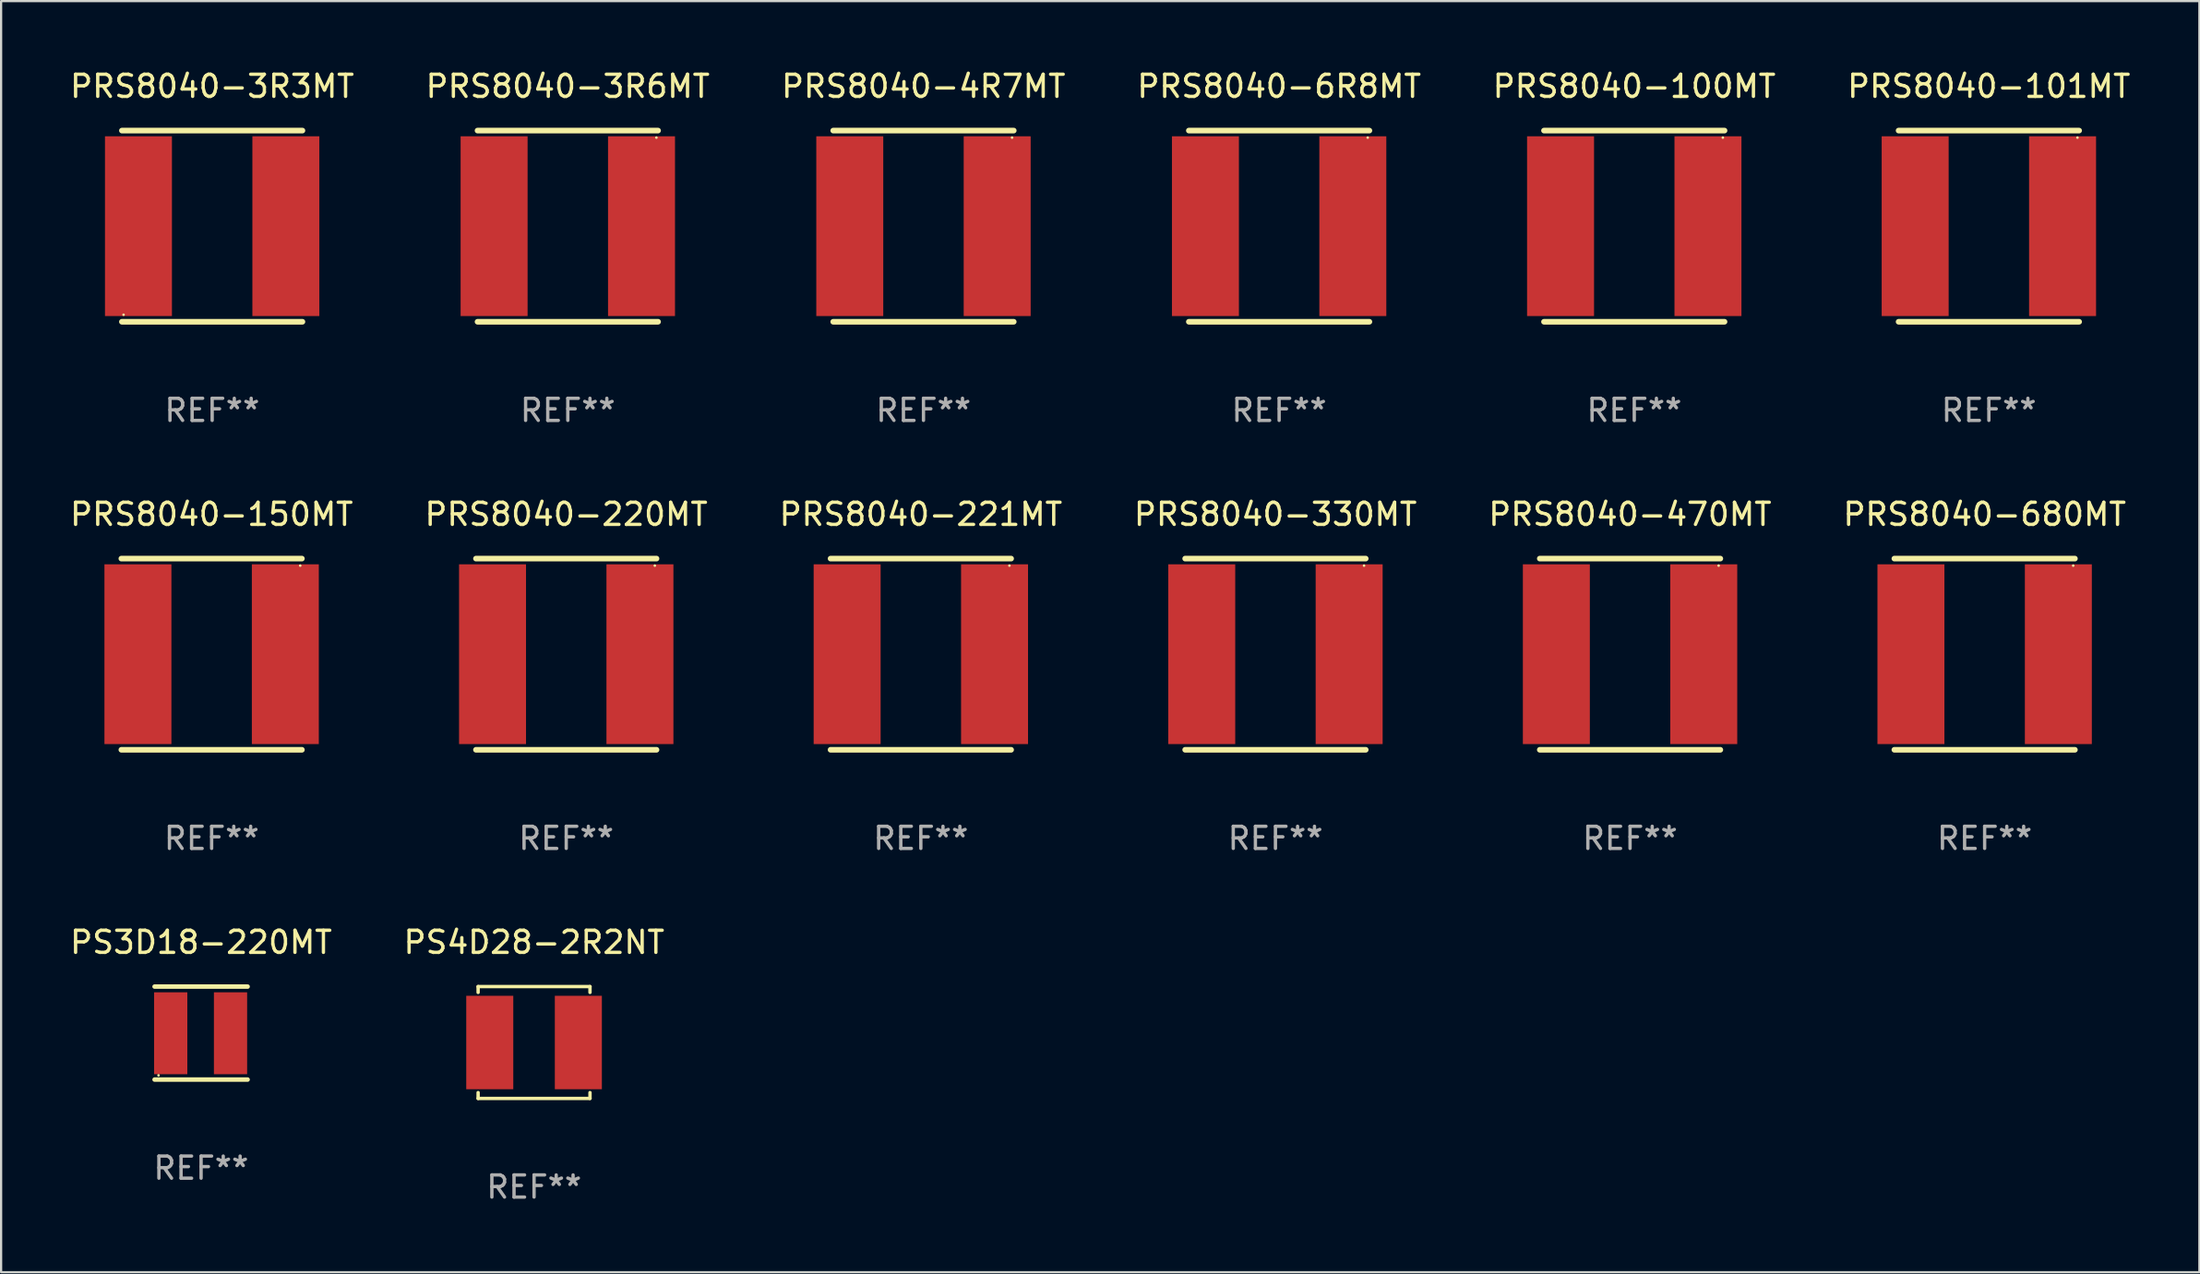
<source format=kicad_pcb>
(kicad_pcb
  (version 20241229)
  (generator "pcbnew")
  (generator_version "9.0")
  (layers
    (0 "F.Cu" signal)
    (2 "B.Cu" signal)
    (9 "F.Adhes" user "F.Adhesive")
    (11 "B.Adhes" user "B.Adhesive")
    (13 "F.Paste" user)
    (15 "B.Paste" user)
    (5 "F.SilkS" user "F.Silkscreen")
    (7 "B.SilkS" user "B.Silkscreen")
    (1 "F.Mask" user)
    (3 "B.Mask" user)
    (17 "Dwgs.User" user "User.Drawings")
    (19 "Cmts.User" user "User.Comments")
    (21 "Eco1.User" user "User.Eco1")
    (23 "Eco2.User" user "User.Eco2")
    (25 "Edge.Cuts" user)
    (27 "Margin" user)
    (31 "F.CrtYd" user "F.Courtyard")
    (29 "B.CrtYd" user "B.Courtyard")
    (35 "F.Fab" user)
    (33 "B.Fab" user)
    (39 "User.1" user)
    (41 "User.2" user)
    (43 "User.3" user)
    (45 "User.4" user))
  (footprint "PS4D28-2R2NT"
    (layer "F.Cu")
    (at 21.065 44.039)
    (property "Reference" "PS4D28-2R2NT" (at 0 -4.526 0) (layer "F.SilkS") (effects (font (size 1 1) (thickness 0.15))))
    (attr through_hole)
    (fp_line (start -2.526 -2.526) (end 2.526 -2.526) (stroke (width 0.152) (type solid)) (layer "F.SilkS"))
    (fp_line (start -2.526 -2.262) (end -2.526 -2.526) (stroke (width 0.152) (type solid)) (layer "F.SilkS"))
    (fp_line (start -2.526 2.262) (end -2.526 2.526) (stroke (width 0.152) (type solid)) (layer "F.SilkS"))
    (fp_line (start -2.526 2.526) (end 2.526 2.526) (stroke (width 0.152) (type solid)) (layer "F.SilkS"))
    (fp_line (start 2.526 -2.526) (end 2.526 -2.262) (stroke (width 0.152) (type solid)) (layer "F.SilkS"))
    (fp_line (start 2.526 2.526) (end 2.526 2.262) (stroke (width 0.152) (type solid)) (layer "F.SilkS"))
    (fp_circle (center 2.5 -2.5) (end 2.53 -2.5) (stroke (width 0.06) (type solid)) (fill no) (layer "F.SilkS"))
    (fp_text user "REF**" (at 0 6.526 0) (layer "F.Fab") (effects (font (size 1 1) (thickness 0.15))))
    (pad "1" smd rect (at 2 0) (size 2.124 4.22) (layers "F.Cu" "F.Mask" "F.Paste"))
    (pad "2" smd rect (at -2 0) (size 2.124 4.22) (layers "F.Cu" "F.Mask" "F.Paste")))
  (footprint "PRS8040-6R8MT"
    (layer "F.Cu")
    (at 54.708 7.166)
    (property "Reference" "PRS8040-6R8MT" (at 0 -6.318 0) (layer "F.SilkS") (effects (font (size 1 1) (thickness 0.15))))
    (attr through_hole)
    (fp_line (start -4.076 -4.318) (end 4.076 -4.318) (stroke (width 0.254) (type solid)) (layer "F.SilkS"))
    (fp_line (start -4.076 4.318) (end 4.076 4.318) (stroke (width 0.254) (type solid)) (layer "F.SilkS"))
    (fp_circle (center 4 -4) (end 4.03 -4) (stroke (width 0.06) (type solid)) (fill no) (layer "F.SilkS"))
    (fp_text user "REF**" (at 0 8.318 0) (layer "F.Fab") (effects (font (size 1 1) (thickness 0.15))))
    (pad "1" smd rect (at 3.328 0) (size 3.024 8.12) (layers "F.Cu" "F.Mask" "F.Paste"))
    (pad "2" smd rect (at -3.328 0) (size 3.024 8.12) (layers "F.Cu" "F.Mask" "F.Paste")))
  (footprint "PRS8040-100MT"
    (layer "F.Cu")
    (at 70.744 7.166)
    (property "Reference" "PRS8040-100MT" (at 0 -6.318 0) (layer "F.SilkS") (effects (font (size 1 1) (thickness 0.15))))
    (attr through_hole)
    (fp_line (start -4.076 -4.318) (end 4.076 -4.318) (stroke (width 0.254) (type solid)) (layer "F.SilkS"))
    (fp_line (start -4.076 4.318) (end 4.076 4.318) (stroke (width 0.254) (type solid)) (layer "F.SilkS"))
    (fp_circle (center 4 -4) (end 4.03 -4) (stroke (width 0.06) (type solid)) (fill no) (layer "F.SilkS"))
    (fp_text user "REF**" (at 0 8.318 0) (layer "F.Fab") (effects (font (size 1 1) (thickness 0.15))))
    (pad "1" smd rect (at 3.328 0) (size 3.024 8.12) (layers "F.Cu" "F.Mask" "F.Paste"))
    (pad "2" smd rect (at -3.328 0) (size 3.024 8.12) (layers "F.Cu" "F.Mask" "F.Paste")))
  (footprint "PRS8040-3R6MT"
    (layer "F.Cu")
    (at 22.589 7.166)
    (property "Reference" "PRS8040-3R6MT" (at 0 -6.318 0) (layer "F.SilkS") (effects (font (size 1 1) (thickness 0.15))))
    (attr through_hole)
    (fp_line (start -4.076 -4.318) (end 4.076 -4.318) (stroke (width 0.254) (type solid)) (layer "F.SilkS"))
    (fp_line (start -4.076 4.318) (end 4.076 4.318) (stroke (width 0.254) (type solid)) (layer "F.SilkS"))
    (fp_circle (center 4 -4) (end 4.03 -4) (stroke (width 0.06) (type solid)) (fill no) (layer "F.SilkS"))
    (fp_text user "REF**" (at 0 8.318 0) (layer "F.Fab") (effects (font (size 1 1) (thickness 0.15))))
    (pad "1" smd rect (at 3.328 0) (size 3.024 8.12) (layers "F.Cu" "F.Mask" "F.Paste"))
    (pad "2" smd rect (at -3.328 0) (size 3.024 8.12) (layers "F.Cu" "F.Mask" "F.Paste")))
  (footprint "PRS8040-680MT"
    (layer "F.Cu")
    (at 86.565 26.499)
    (property "Reference" "PRS8040-680MT" (at 0 -6.318 0) (layer "F.SilkS") (effects (font (size 1 1) (thickness 0.15))))
    (attr through_hole)
    (fp_line (start -4.076 -4.318) (end 4.076 -4.318) (stroke (width 0.254) (type solid)) (layer "F.SilkS"))
    (fp_line (start -4.076 4.318) (end 4.076 4.318) (stroke (width 0.254) (type solid)) (layer "F.SilkS"))
    (fp_circle (center 4 -4) (end 4.03 -4) (stroke (width 0.06) (type solid)) (fill no) (layer "F.SilkS"))
    (fp_text user "REF**" (at 0 8.318 0) (layer "F.Fab") (effects (font (size 1 1) (thickness 0.15))))
    (pad "1" smd rect (at 3.328 0) (size 3.024 8.12) (layers "F.Cu" "F.Mask" "F.Paste"))
    (pad "2" smd rect (at -3.328 0) (size 3.024 8.12) (layers "F.Cu" "F.Mask" "F.Paste")))
  (footprint "PRS8040-150MT"
    (layer "F.Cu")
    (at 6.506 26.499)
    (property "Reference" "PRS8040-150MT" (at 0 -6.318 0) (layer "F.SilkS") (effects (font (size 1 1) (thickness 0.15))))
    (attr through_hole)
    (fp_line (start -4.076 -4.318) (end 4.076 -4.318) (stroke (width 0.254) (type solid)) (layer "F.SilkS"))
    (fp_line (start -4.076 4.318) (end 4.076 4.318) (stroke (width 0.254) (type solid)) (layer "F.SilkS"))
    (fp_circle (center 4 -4) (end 4.03 -4) (stroke (width 0.06) (type solid)) (fill no) (layer "F.SilkS"))
    (fp_text user "REF**" (at 0 8.318 0) (layer "F.Fab") (effects (font (size 1 1) (thickness 0.15))))
    (pad "1" smd rect (at 3.328 0) (size 3.024 8.12) (layers "F.Cu" "F.Mask" "F.Paste"))
    (pad "2" smd rect (at -3.328 0) (size 3.024 8.12) (layers "F.Cu" "F.Mask" "F.Paste")))
  (footprint "PRS8040-101MT"
    (layer "F.Cu")
    (at 86.756 7.166)
    (property "Reference" "PRS8040-101MT" (at 0 -6.318 0) (layer "F.SilkS") (effects (font (size 1 1) (thickness 0.15))))
    (attr through_hole)
    (fp_line (start -4.076 -4.318) (end 4.076 -4.318) (stroke (width 0.254) (type solid)) (layer "F.SilkS"))
    (fp_line (start -4.076 4.318) (end 4.076 4.318) (stroke (width 0.254) (type solid)) (layer "F.SilkS"))
    (fp_circle (center 4 -4) (end 4.03 -4) (stroke (width 0.06) (type solid)) (fill no) (layer "F.SilkS"))
    (fp_text user "REF**" (at 0 8.318 0) (layer "F.Fab") (effects (font (size 1 1) (thickness 0.15))))
    (pad "1" smd rect (at 3.328 0) (size 3.024 8.12) (layers "F.Cu" "F.Mask" "F.Paste"))
    (pad "2" smd rect (at -3.328 0) (size 3.024 8.12) (layers "F.Cu" "F.Mask" "F.Paste")))
  (footprint "PRS8040-3R3MT"
    (layer "F.Cu")
    (at 6.53 7.166)
    (property "Reference" "PRS8040-3R3MT" (at 0 -6.318 0) (layer "F.SilkS") (effects (font (size 1 1) (thickness 0.15))))
    (attr through_hole)
    (fp_line (start -4.076 -4.318) (end 4.076 -4.318) (stroke (width 0.254) (type solid)) (layer "F.SilkS"))
    (fp_line (start -4.076 4.318) (end 4.076 4.318) (stroke (width 0.254) (type solid)) (layer "F.SilkS"))
    (fp_circle (center -4 4) (end -3.97 4) (stroke (width 0.06) (type solid)) (fill no) (layer "F.SilkS"))
    (fp_text user "REF**" (at 0 8.318 0) (layer "F.Fab") (effects (font (size 1 1) (thickness 0.15))))
    (pad "1" smd rect (at -3.328 0) (size 3.024 8.12) (layers "F.Cu" "F.Mask" "F.Paste"))
    (pad "2" smd rect (at 3.328 0) (size 3.024 8.12) (layers "F.Cu" "F.Mask" "F.Paste")))
  (footprint "PRS8040-330MT"
    (layer "F.Cu")
    (at 54.542 26.499)
    (property "Reference" "PRS8040-330MT" (at 0 -6.318 0) (layer "F.SilkS") (effects (font (size 1 1) (thickness 0.15))))
    (attr through_hole)
    (fp_line (start -4.076 -4.318) (end 4.076 -4.318) (stroke (width 0.254) (type solid)) (layer "F.SilkS"))
    (fp_line (start -4.076 4.318) (end 4.076 4.318) (stroke (width 0.254) (type solid)) (layer "F.SilkS"))
    (fp_circle (center 4 -4) (end 4.03 -4) (stroke (width 0.06) (type solid)) (fill no) (layer "F.SilkS"))
    (fp_text user "REF**" (at 0 8.318 0) (layer "F.Fab") (effects (font (size 1 1) (thickness 0.15))))
    (pad "1" smd rect (at 3.328 0) (size 3.024 8.12) (layers "F.Cu" "F.Mask" "F.Paste"))
    (pad "2" smd rect (at -3.328 0) (size 3.024 8.12) (layers "F.Cu" "F.Mask" "F.Paste")))
  (footprint "PRS8040-221MT"
    (layer "F.Cu")
    (at 38.53 26.499)
    (property "Reference" "PRS8040-221MT" (at 0 -6.318 0) (layer "F.SilkS") (effects (font (size 1 1) (thickness 0.15))))
    (attr through_hole)
    (fp_line (start -4.076 -4.318) (end 4.076 -4.318) (stroke (width 0.254) (type solid)) (layer "F.SilkS"))
    (fp_line (start -4.076 4.318) (end 4.076 4.318) (stroke (width 0.254) (type solid)) (layer "F.SilkS"))
    (fp_circle (center 4 -4) (end 4.03 -4) (stroke (width 0.06) (type solid)) (fill no) (layer "F.SilkS"))
    (fp_text user "REF**" (at 0 8.318 0) (layer "F.Fab") (effects (font (size 1 1) (thickness 0.15))))
    (pad "1" smd rect (at 3.328 0) (size 3.024 8.12) (layers "F.Cu" "F.Mask" "F.Paste"))
    (pad "2" smd rect (at -3.328 0) (size 3.024 8.12) (layers "F.Cu" "F.Mask" "F.Paste")))
  (footprint "PRS8040-4R7MT"
    (layer "F.Cu")
    (at 38.649 7.166)
    (property "Reference" "PRS8040-4R7MT" (at 0 -6.318 0) (layer "F.SilkS") (effects (font (size 1 1) (thickness 0.15))))
    (attr through_hole)
    (fp_line (start -4.076 -4.318) (end 4.076 -4.318) (stroke (width 0.254) (type solid)) (layer "F.SilkS"))
    (fp_line (start -4.076 4.318) (end 4.076 4.318) (stroke (width 0.254) (type solid)) (layer "F.SilkS"))
    (fp_circle (center 4 -4) (end 4.03 -4) (stroke (width 0.06) (type solid)) (fill no) (layer "F.SilkS"))
    (fp_text user "REF**" (at 0 8.318 0) (layer "F.Fab") (effects (font (size 1 1) (thickness 0.15))))
    (pad "1" smd rect (at 3.328 0) (size 3.024 8.12) (layers "F.Cu" "F.Mask" "F.Paste"))
    (pad "2" smd rect (at -3.328 0) (size 3.024 8.12) (layers "F.Cu" "F.Mask" "F.Paste")))
  (footprint "PS3D18-220MT"
    (layer "F.Cu")
    (at 6.03 43.613)
    (property "Reference" "PS3D18-220MT" (at 0 -4.1 0) (layer "F.SilkS") (effects (font (size 1 1) (thickness 0.15))))
    (attr through_hole)
    (fp_line (start -2.1 -2.1) (end 2.1 -2.1) (stroke (width 0.203) (type solid)) (layer "F.SilkS"))
    (fp_line (start -2.1 2.1) (end 2.1 2.1) (stroke (width 0.203) (type solid)) (layer "F.SilkS"))
    (fp_circle (center -1.921 1.908) (end -1.891 1.908) (stroke (width 0.06) (type solid)) (fill no) (layer "F.SilkS"))
    (fp_text user "REF**" (at 0 6.1 0) (layer "F.Fab") (effects (font (size 1 1) (thickness 0.15))))
    (pad "1" smd rect (at -1.371 0.008 90) (size 3.7 1.5) (layers "F.Cu" "F.Mask" "F.Paste"))
    (pad "2" smd rect (at 1.329 0.008 90) (size 3.7 1.5) (layers "F.Cu" "F.Mask" "F.Paste")))
  (footprint "PRS8040-470MT"
    (layer "F.Cu")
    (at 70.554 26.499)
    (property "Reference" "PRS8040-470MT" (at 0 -6.318 0) (layer "F.SilkS") (effects (font (size 1 1) (thickness 0.15))))
    (attr through_hole)
    (fp_line (start -4.076 -4.318) (end 4.076 -4.318) (stroke (width 0.254) (type solid)) (layer "F.SilkS"))
    (fp_line (start -4.076 4.318) (end 4.076 4.318) (stroke (width 0.254) (type solid)) (layer "F.SilkS"))
    (fp_circle (center 4 -4) (end 4.03 -4) (stroke (width 0.06) (type solid)) (fill no) (layer "F.SilkS"))
    (fp_text user "REF**" (at 0 8.318 0) (layer "F.Fab") (effects (font (size 1 1) (thickness 0.15))))
    (pad "1" smd rect (at 3.328 0) (size 3.024 8.12) (layers "F.Cu" "F.Mask" "F.Paste"))
    (pad "2" smd rect (at -3.328 0) (size 3.024 8.12) (layers "F.Cu" "F.Mask" "F.Paste")))
  (footprint "PRS8040-220MT"
    (layer "F.Cu")
    (at 22.518 26.499)
    (property "Reference" "PRS8040-220MT" (at 0 -6.318 0) (layer "F.SilkS") (effects (font (size 1 1) (thickness 0.15))))
    (attr through_hole)
    (fp_line (start -4.076 -4.318) (end 4.076 -4.318) (stroke (width 0.254) (type solid)) (layer "F.SilkS"))
    (fp_line (start -4.076 4.318) (end 4.076 4.318) (stroke (width 0.254) (type solid)) (layer "F.SilkS"))
    (fp_circle (center 4 -4) (end 4.03 -4) (stroke (width 0.06) (type solid)) (fill no) (layer "F.SilkS"))
    (fp_text user "REF**" (at 0 8.318 0) (layer "F.Fab") (effects (font (size 1 1) (thickness 0.15))))
    (pad "1" smd rect (at 3.328 0) (size 3.024 8.12) (layers "F.Cu" "F.Mask" "F.Paste"))
    (pad "2" smd rect (at -3.328 0) (size 3.024 8.12) (layers "F.Cu" "F.Mask" "F.Paste")))
  (gr_rect
    (start -3 -3)
    (end 96.262 54.414)
    (stroke (width 0.1) (type default))
    (fill no)
    (layer "Edge.Cuts")))
</source>
